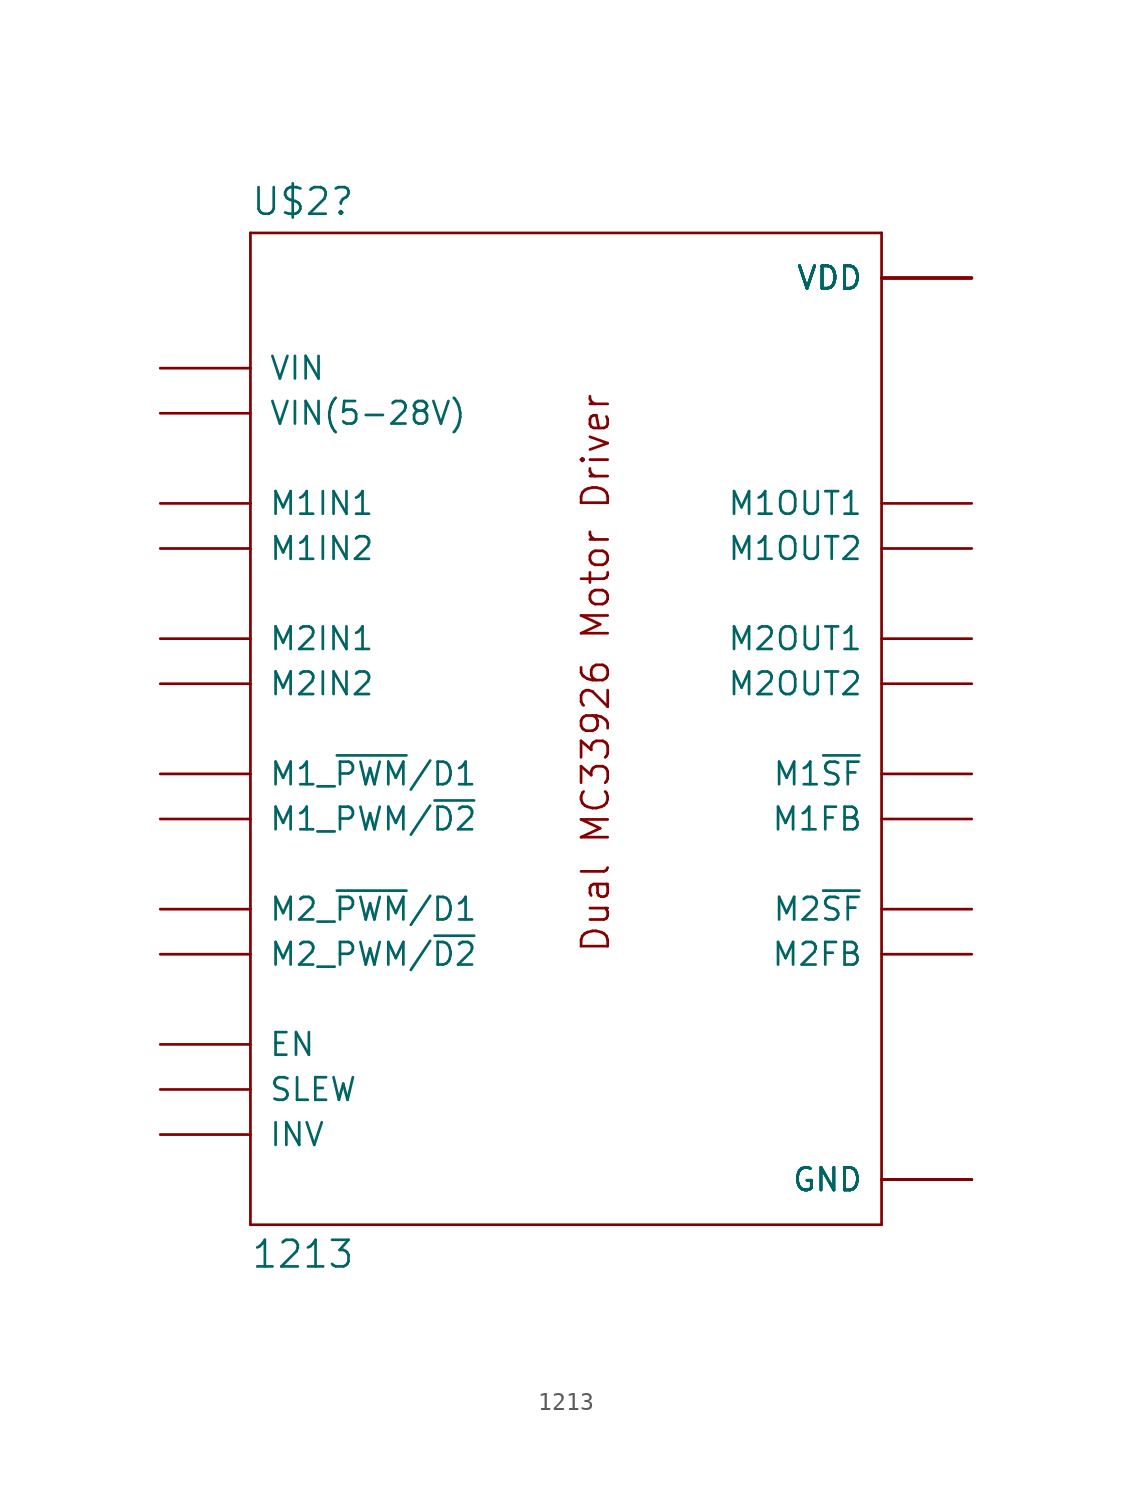
<source format=kicad_sym>
(kicad_symbol_lib
  (version 20211014)
  (generator kicad_symbol_editor)
  (symbol "1213"
    (pin_names
      (offset 1.016))
    (property "Reference" "U$2"
      (at -17.78 26.289 0)
      (effects (font (size 1.499 1.499)) (justify left bottom)))
    (property "Value" "1213"
      (at -17.78 -33.02 0)
      (effects (font (size 1.499 1.499)) (justify left bottom)))
    (property "ki_locked" ""
      (at 0 0 0)
      (effects (font (size 1.27 1.27))))
    (symbol "1213_1_0"
      (polyline (pts (xy -17.78 -30.48) (xy 17.78 -30.48)) (stroke (width 0) (type default) (color 0 0 0 0)) (fill (type none)))
      (polyline (pts (xy -17.78 25.4) (xy -17.78 -30.48)) (stroke (width 0) (type default) (color 0 0 0 0)) (fill (type none)))
      (polyline (pts (xy 17.78 -30.48) (xy 17.78 25.4)) (stroke (width 0) (type default) (color 0 0 0 0)) (fill (type none)))
      (polyline (pts (xy 17.78 25.4) (xy -17.78 25.4)) (stroke (width 0) (type default) (color 0 0 0 0)) (fill (type none)))
      (text "Dual MC33926 Motor Driver" (at 2.54 -15.24 900) (effects (font (size 1.499 1.499)) (justify left bottom)))
      (pin input line (at -22.86 -20.32 0) (length 5.08) (name "EN" (effects (font (size 1.27 1.27)))) (number "EN" (effects (font (size 0 0)))))
      (pin power_in line (at 22.86 -27.94 180) (length 5.08) (name "GND" (effects (font (size 1.27 1.27)))) (number "GND" (effects (font (size 0 0)))))
      (pin power_in line (at 22.86 -27.94 180) (length 5.08) (name "GND" (effects (font (size 1.27 1.27)))) (number "GND$1" (effects (font (size 0 0)))))
      (pin power_in line (at 22.86 -27.94 180) (length 5.08) (name "GND" (effects (font (size 1.27 1.27)))) (number "GND$2" (effects (font (size 0 0)))))
      (pin input line (at -22.86 -25.4 0) (length 5.08) (name "INV" (effects (font (size 1.27 1.27)))) (number "INV" (effects (font (size 0 0)))))
      (pin output line (at 22.86 -7.62 180) (length 5.08) (name "M1FB" (effects (font (size 1.27 1.27)))) (number "M1FB" (effects (font (size 0 0)))))
      (pin input line (at -22.86 10.16 0) (length 5.08) (name "M1IN1" (effects (font (size 1.27 1.27)))) (number "M1IN1" (effects (font (size 0 0)))))
      (pin input line (at -22.86 7.62 0) (length 5.08) (name "M1IN2" (effects (font (size 1.27 1.27)))) (number "M1IN2" (effects (font (size 0 0)))))
      (pin output line (at 22.86 10.16 180) (length 5.08) (name "M1OUT1" (effects (font (size 1.27 1.27)))) (number "M1OUT1" (effects (font (size 0 0)))))
      (pin output line (at 22.86 7.62 180) (length 5.08) (name "M1OUT2" (effects (font (size 1.27 1.27)))) (number "M1OUT2" (effects (font (size 0 0)))))
      (pin input line (at -22.86 -5.08 0) (length 5.08) (name "M1_~{PWM}/D1" (effects (font (size 1.27 1.27)))) (number "M1PWM1" (effects (font (size 0 0)))))
      (pin input line (at -22.86 -7.62 0) (length 5.08) (name "M1_PWM/~{D2}" (effects (font (size 1.27 1.27)))) (number "M1PWM2" (effects (font (size 0 0)))))
      (pin output line (at 22.86 -5.08 180) (length 5.08) (name "M1~{SF}" (effects (font (size 1.27 1.27)))) (number "M1SF" (effects (font (size 0 0)))))
      (pin output line (at 22.86 -15.24 180) (length 5.08) (name "M2FB" (effects (font (size 1.27 1.27)))) (number "M2FB" (effects (font (size 0 0)))))
      (pin input line (at -22.86 2.54 0) (length 5.08) (name "M2IN1" (effects (font (size 1.27 1.27)))) (number "M2IN1" (effects (font (size 0 0)))))
      (pin input line (at -22.86 0 0) (length 5.08) (name "M2IN2" (effects (font (size 1.27 1.27)))) (number "M2IN2" (effects (font (size 0 0)))))
      (pin output line (at 22.86 2.54 180) (length 5.08) (name "M2OUT1" (effects (font (size 1.27 1.27)))) (number "M2OUT1" (effects (font (size 0 0)))))
      (pin output line (at 22.86 0 180) (length 5.08) (name "M2OUT2" (effects (font (size 1.27 1.27)))) (number "M2OUT2" (effects (font (size 0 0)))))
      (pin input line (at -22.86 -12.7 0) (length 5.08) (name "M2_~{PWM}/D1" (effects (font (size 1.27 1.27)))) (number "M2PWM1" (effects (font (size 0 0)))))
      (pin input line (at -22.86 -15.24 0) (length 5.08) (name "M2_PWM/~{D2}" (effects (font (size 1.27 1.27)))) (number "M2PWM2" (effects (font (size 0 0)))))
      (pin output line (at 22.86 -12.7 180) (length 5.08) (name "M2~{SF}" (effects (font (size 1.27 1.27)))) (number "M2SF" (effects (font (size 0 0)))))
      (pin power_in line (at 22.86 -27.94 180) (length 5.08) (name "GND" (effects (font (size 1.27 1.27)))) (number "MGND" (effects (font (size 0 0)))))
      (pin input line (at -22.86 15.24 0) (length 5.08) (name "VIN(5-28V)" (effects (font (size 1.27 1.27)))) (number "MVIN" (effects (font (size 0 0)))))
      (pin input line (at -22.86 -22.86 0) (length 5.08) (name "SLEW" (effects (font (size 1.27 1.27)))) (number "SLEW" (effects (font (size 0 0)))))
      (pin power_in line (at 22.86 22.86 180) (length 5.08) (name "VDD" (effects (font (size 1.27 1.27)))) (number "VDD" (effects (font (size 0 0)))))
      (pin power_in line (at 22.86 22.86 180) (length 5.08) (name "VDD" (effects (font (size 1.27 1.27)))) (number "VDD$1" (effects (font (size 0 0)))))
      (pin power_in line (at 22.86 22.86 180) (length 5.08) (name "VDD" (effects (font (size 1.27 1.27)))) (number "VDD$2" (effects (font (size 0 0)))))
      (pin power_in line (at 22.86 22.86 180) (length 5.08) (name "VDD" (effects (font (size 1.27 1.27)))) (number "VDD$3" (effects (font (size 0 0)))))
      (pin power_in line (at 22.86 22.86 180) (length 5.08) (name "VDD" (effects (font (size 1.27 1.27)))) (number "VDD$4" (effects (font (size 0 0)))))
      (pin power_in line (at 22.86 22.86 180) (length 5.08) (name "VDD" (effects (font (size 1.27 1.27)))) (number "VDD$5" (effects (font (size 0 0)))))
      (pin input line (at -22.86 17.78 0) (length 5.08) (name "VIN" (effects (font (size 1.27 1.27)))) (number "VIN" (effects (font (size 0 0))))))))
</source>
